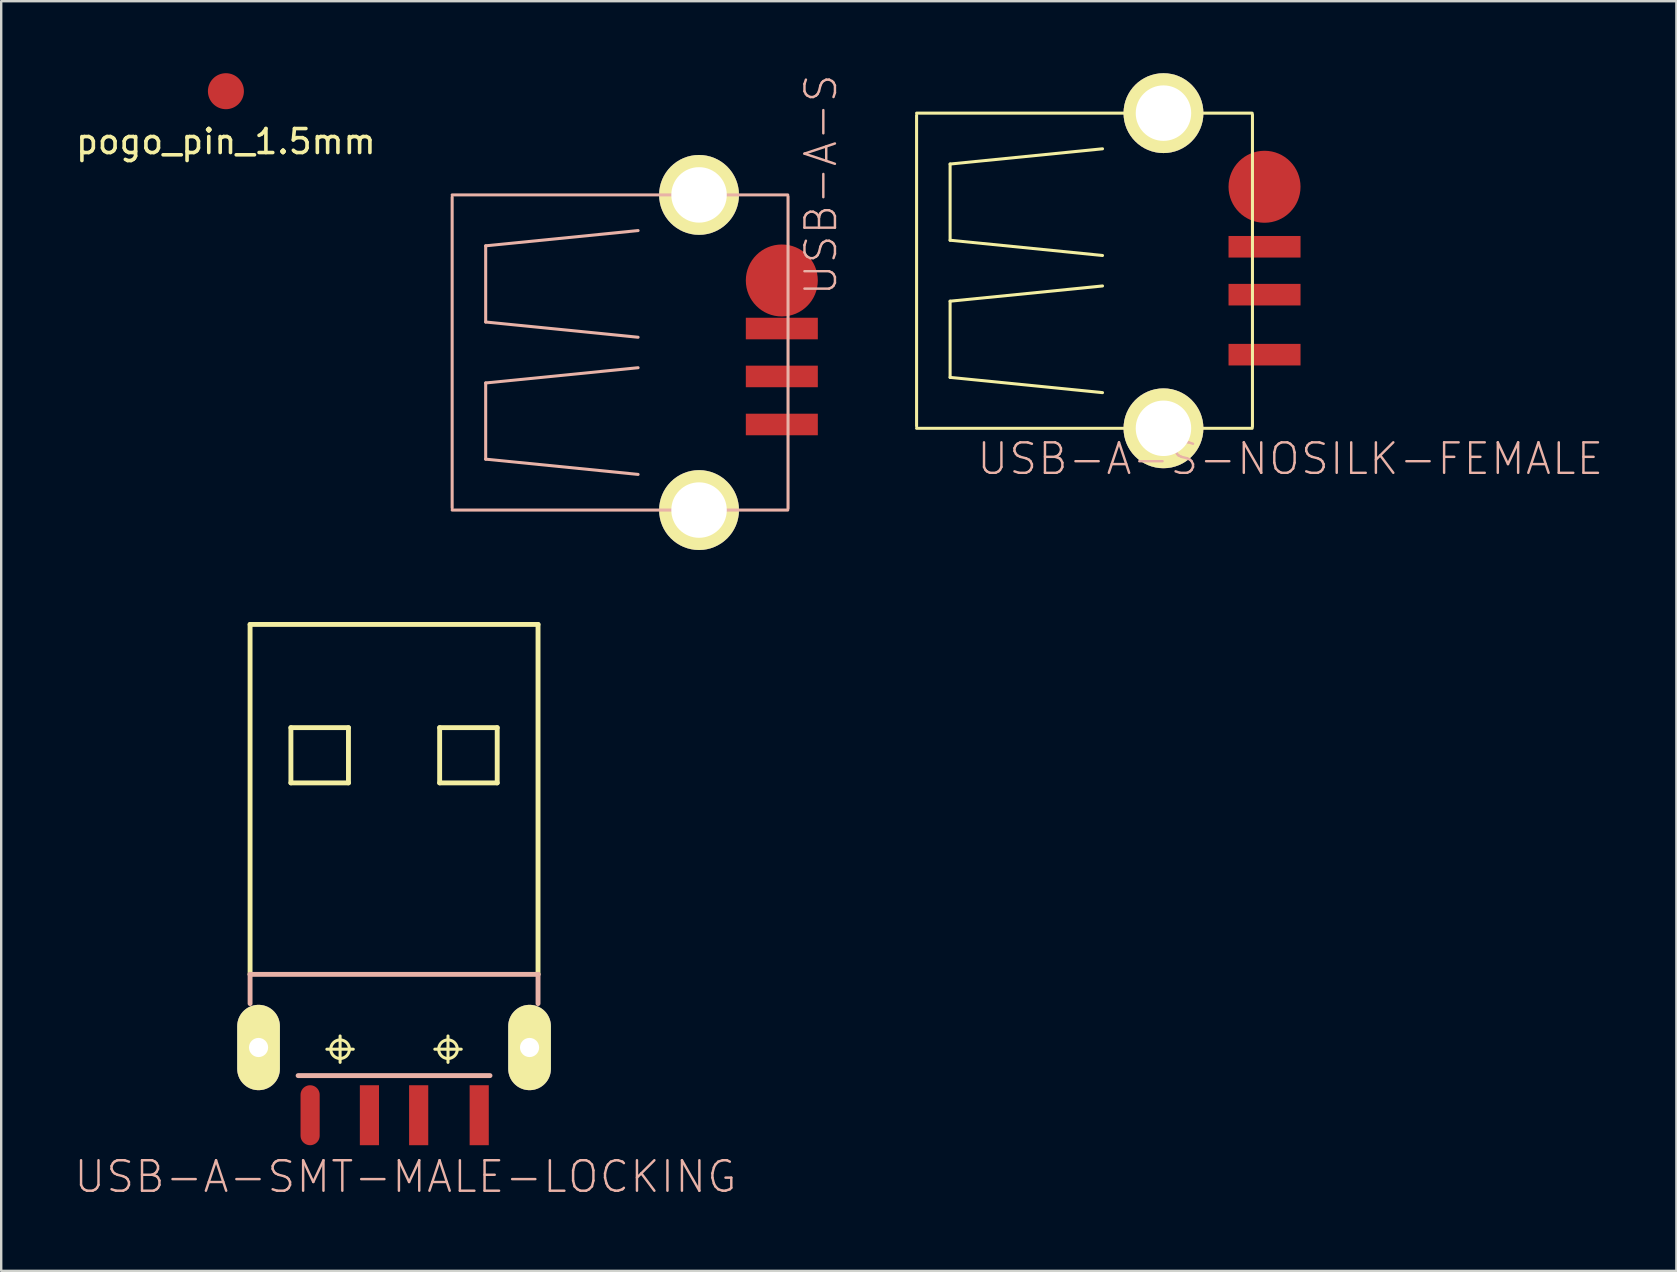
<source format=kicad_pcb>
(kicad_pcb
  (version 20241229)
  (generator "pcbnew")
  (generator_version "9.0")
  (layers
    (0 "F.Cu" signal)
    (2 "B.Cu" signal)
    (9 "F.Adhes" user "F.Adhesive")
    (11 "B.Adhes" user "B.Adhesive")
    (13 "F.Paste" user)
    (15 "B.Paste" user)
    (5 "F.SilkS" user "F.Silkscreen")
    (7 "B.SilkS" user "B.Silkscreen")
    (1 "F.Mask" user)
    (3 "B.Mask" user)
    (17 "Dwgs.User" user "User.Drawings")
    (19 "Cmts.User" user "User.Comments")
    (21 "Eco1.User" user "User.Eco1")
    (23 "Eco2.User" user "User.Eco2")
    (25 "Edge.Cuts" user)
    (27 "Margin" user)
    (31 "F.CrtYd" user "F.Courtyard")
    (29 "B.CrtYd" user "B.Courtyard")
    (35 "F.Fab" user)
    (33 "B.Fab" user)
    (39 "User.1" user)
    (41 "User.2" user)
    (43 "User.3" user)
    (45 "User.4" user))
  (footprint "USB-A-S-NOSILK-FEMALE"
    (layer "F.Cu")
    (at 45.428 8.23)
    (property "Reference" "USB-A-S-NOSILK-FEMALE" (at 5.283 7.838 180) (layer "B.SilkS") (effects (font (size 1.27 1.27) (thickness 0.102))))
    (attr smd)
    (fp_line (start -10.287 -6.477) (end -10.287 6.477) (stroke (width 0.127) (type solid)) (layer "F.SilkS"))
    (fp_line (start -8.89 -4.445) (end -8.89 -1.27) (stroke (width 0.127) (type solid)) (layer "F.SilkS"))
    (fp_line (start -8.89 -1.27) (end -2.54 -0.635) (stroke (width 0.127) (type solid)) (layer "F.SilkS"))
    (fp_line (start -8.89 1.27) (end -2.54 0.635) (stroke (width 0.127) (type solid)) (layer "F.SilkS"))
    (fp_line (start -8.89 4.445) (end -8.89 1.27) (stroke (width 0.127) (type solid)) (layer "F.SilkS"))
    (fp_line (start -2.54 -5.08) (end -8.89 -4.445) (stroke (width 0.127) (type solid)) (layer "F.SilkS"))
    (fp_line (start -2.54 5.08) (end -8.89 4.445) (stroke (width 0.127) (type solid)) (layer "F.SilkS"))
    (fp_line (start 3.696 -6.566) (end -10.287 -6.566) (stroke (width 0.127) (type solid)) (layer "F.SilkS"))
    (fp_line (start 3.696 6.566) (end -10.287 6.566) (stroke (width 0.127) (type solid)) (layer "F.SilkS"))
    (fp_line (start 3.708 -6.502) (end 3.708 6.502) (stroke (width 0.127) (type solid)) (layer "F.SilkS"))
    (pad "1" smd circle (at 4.211 -3.498) (size 3 3) (layers "F.Cu" "F.Mask" "F.Paste"))
    (pad "2" smd rect (at 4.211 -0.998) (size 3 0.899) (layers "F.Cu" "F.Mask" "F.Paste"))
    (pad "3" smd rect (at 4.211 0.998) (size 3 0.899) (layers "F.Cu" "F.Mask" "F.Paste"))
    (pad "4" smd rect (at 4.211 3.498) (size 3 0.899) (layers "F.Cu" "F.Mask" "F.Paste"))
    (pad "S1" thru_hole circle (at 0 6.566) (size 3.327 3.327) (drill 2.311) (layers "*.Cu" "F.Mask" "F.SilkS" "F.Paste"))
    (pad "S2" thru_hole circle (at 0 -6.566) (size 3.327 3.327) (drill 2.311) (layers "*.Cu" "F.Mask" "F.SilkS" "F.Paste")))
  (footprint "USB-A-SMT-MALE-LOCKING"
    (layer "F.Cu")
    (at 13.369 37.548)
    (property "Reference" "USB-A-SMT-MALE-LOCKING" (at 0.475 8.433 0) (layer "B.SilkS") (effects (font (size 1.27 1.27) (thickness 0.102))))
    (attr smd)
    (fp_line (start -6.185 4.064) (end -6.185 2.032) (stroke (width 0.1) (type solid)) (layer "F.SilkS"))
    (fp_line (start -6.045 2.248) (end -5.245 2.248) (stroke (width 0.127) (type solid)) (layer "F.SilkS"))
    (fp_line (start -6.045 2.649) (end -5.245 2.649) (stroke (width 0.127) (type solid)) (layer "F.SilkS"))
    (fp_line (start -6.045 3.449) (end -5.245 3.449) (stroke (width 0.127) (type solid)) (layer "F.SilkS"))
    (fp_line (start -6.045 3.848) (end -5.245 3.848) (stroke (width 0.127) (type solid)) (layer "F.SilkS"))
    (fp_line (start -5.999 0) (end -5.999 -14.58) (stroke (width 0.203) (type solid)) (layer "F.SilkS"))
    (fp_line (start -5.994 2.032) (end -5.664 2.032) (stroke (width 0.066) (type solid)) (layer "F.SilkS"))
    (fp_line (start -5.994 4.064) (end -5.994 2.032) (stroke (width 0.066) (type solid)) (layer "F.SilkS"))
    (fp_line (start -5.994 4.064) (end -5.994 2.083) (stroke (width 0.1) (type solid)) (layer "F.SilkS"))
    (fp_line (start -5.994 4.064) (end -5.664 4.064) (stroke (width 0.066) (type solid)) (layer "F.SilkS"))
    (fp_line (start -5.664 4.064) (end -5.664 2.032) (stroke (width 0.066) (type solid)) (layer "F.SilkS"))
    (fp_line (start -5.664 4.064) (end -5.664 2.083) (stroke (width 0.1) (type solid)) (layer "F.SilkS"))
    (fp_line (start -5.646 2.649) (end -5.646 1.849) (stroke (width 0.127) (type solid)) (layer "F.SilkS"))
    (fp_line (start -5.646 3.048) (end -5.646 2.248) (stroke (width 0.127) (type solid)) (layer "F.SilkS"))
    (fp_line (start -5.646 3.848) (end -5.646 3.048) (stroke (width 0.127) (type solid)) (layer "F.SilkS"))
    (fp_line (start -5.646 4.249) (end -5.646 3.449) (stroke (width 0.127) (type solid)) (layer "F.SilkS"))
    (fp_line (start -4.298 -10.279) (end -4.298 -7.978) (stroke (width 0.203) (type solid)) (layer "F.SilkS"))
    (fp_line (start -4.298 -7.978) (end -1.9 -7.978) (stroke (width 0.203) (type solid)) (layer "F.SilkS"))
    (fp_line (start -2.799 3.119) (end -1.699 3.119) (stroke (width 0.127) (type solid)) (layer "F.SilkS"))
    (fp_line (start -2.248 3.668) (end -2.248 2.568) (stroke (width 0.127) (type solid)) (layer "F.SilkS"))
    (fp_line (start -1.9 -10.279) (end -4.298 -10.279) (stroke (width 0.203) (type solid)) (layer "F.SilkS"))
    (fp_line (start -1.9 -7.978) (end -1.9 -10.279) (stroke (width 0.203) (type solid)) (layer "F.SilkS"))
    (fp_line (start 1.699 3.119) (end 2.799 3.119) (stroke (width 0.127) (type solid)) (layer "F.SilkS"))
    (fp_line (start 1.9 -10.279) (end 1.9 -7.978) (stroke (width 0.203) (type solid)) (layer "F.SilkS"))
    (fp_line (start 1.9 -7.978) (end 4.298 -7.978) (stroke (width 0.203) (type solid)) (layer "F.SilkS"))
    (fp_line (start 2.248 3.668) (end 2.248 2.568) (stroke (width 0.127) (type solid)) (layer "F.SilkS"))
    (fp_line (start 4.298 -10.279) (end 1.9 -10.279) (stroke (width 0.203) (type solid)) (layer "F.SilkS"))
    (fp_line (start 4.298 -7.978) (end 4.298 -10.279) (stroke (width 0.203) (type solid)) (layer "F.SilkS"))
    (fp_line (start 5.245 2.248) (end 6.045 2.248) (stroke (width 0.127) (type solid)) (layer "F.SilkS"))
    (fp_line (start 5.245 2.649) (end 6.045 2.649) (stroke (width 0.127) (type solid)) (layer "F.SilkS"))
    (fp_line (start 5.245 3.449) (end 6.045 3.449) (stroke (width 0.127) (type solid)) (layer "F.SilkS"))
    (fp_line (start 5.245 3.848) (end 6.045 3.848) (stroke (width 0.127) (type solid)) (layer "F.SilkS"))
    (fp_line (start 5.646 2.649) (end 5.646 1.849) (stroke (width 0.127) (type solid)) (layer "F.SilkS"))
    (fp_line (start 5.646 3.048) (end 5.646 2.248) (stroke (width 0.127) (type solid)) (layer "F.SilkS"))
    (fp_line (start 5.646 3.848) (end 5.646 3.048) (stroke (width 0.127) (type solid)) (layer "F.SilkS"))
    (fp_line (start 5.646 4.249) (end 5.646 3.449) (stroke (width 0.127) (type solid)) (layer "F.SilkS"))
    (fp_line (start 5.664 2.032) (end 5.994 2.032) (stroke (width 0.066) (type solid)) (layer "F.SilkS"))
    (fp_line (start 5.664 4.064) (end 5.664 2.032) (stroke (width 0.066) (type solid)) (layer "F.SilkS"))
    (fp_line (start 5.664 4.064) (end 5.994 4.064) (stroke (width 0.066) (type solid)) (layer "F.SilkS"))
    (fp_line (start 5.994 4.064) (end 5.994 2.032) (stroke (width 0.066) (type solid)) (layer "F.SilkS"))
    (fp_line (start 5.999 -14.58) (end -5.999 -14.58) (stroke (width 0.203) (type solid)) (layer "F.SilkS"))
    (fp_line (start 5.999 0) (end 5.999 -14.58) (stroke (width 0.203) (type solid)) (layer "F.SilkS"))
    (fp_line (start 6.185 2.032) (end 6.185 4.064) (stroke (width 0.1) (type solid)) (layer "F.SilkS"))
    (fp_circle (center -5.646 2.248) (end -5.845 2.446) (stroke (width 0.127) (type solid)) (fill no) (layer "F.SilkS"))
    (fp_circle (center -5.646 2.649) (end -5.845 2.847) (stroke (width 0.127) (type solid)) (fill no) (layer "F.SilkS"))
    (fp_circle (center -5.646 3.449) (end -5.845 3.647) (stroke (width 0.127) (type solid)) (fill no) (layer "F.SilkS"))
    (fp_circle (center -5.646 3.848) (end -5.845 4.046) (stroke (width 0.127) (type solid)) (fill no) (layer "F.SilkS"))
    (fp_circle (center -2.248 3.119) (end -2.522 3.393) (stroke (width 0.127) (type solid)) (fill no) (layer "F.SilkS"))
    (fp_circle (center 2.248 3.119) (end 2.522 3.393) (stroke (width 0.127) (type solid)) (fill no) (layer "F.SilkS"))
    (fp_circle (center 5.646 2.248) (end 5.845 2.446) (stroke (width 0.127) (type solid)) (fill no) (layer "F.SilkS"))
    (fp_circle (center 5.646 2.649) (end 5.845 2.847) (stroke (width 0.127) (type solid)) (fill no) (layer "F.SilkS"))
    (fp_circle (center 5.646 3.449) (end 5.845 3.647) (stroke (width 0.127) (type solid)) (fill no) (layer "F.SilkS"))
    (fp_circle (center 5.646 3.848) (end 5.845 4.046) (stroke (width 0.127) (type solid)) (fill no) (layer "F.SilkS"))
    (fp_line (start -5.999 0) (end -5.999 1.219) (stroke (width 0.203) (type solid)) (layer "B.SilkS"))
    (fp_line (start -3.998 4.219) (end 3.998 4.219) (stroke (width 0.203) (type solid)) (layer "B.SilkS"))
    (fp_line (start 5.999 0) (end -5.999 0) (stroke (width 0.203) (type solid)) (layer "B.SilkS"))
    (fp_line (start 5.999 0) (end 5.999 1.219) (stroke (width 0.203) (type solid)) (layer "B.SilkS"))
    (pad "D+1" smd rect (at 1.026 5.87 270) (size 2.499 0.798) (layers "F.Cu" "F.Mask" "F.Paste"))
    (pad "D-1" smd rect (at -1.026 5.87 270) (size 2.499 0.798) (layers "F.Cu" "F.Mask" "F.Paste"))
    (pad "GND1" smd rect (at 3.548 5.87 270) (size 2.499 0.798) (layers "F.Cu" "F.Mask" "F.Paste"))
    (pad "P$1" thru_hole oval (at 5.646 3.048 180) (size 1.778 3.556) (drill 0.798) (layers "*.Cu" "F.Mask" "F.SilkS" "F.Paste"))
    (pad "P$3" thru_hole oval (at -5.646 3.048 180) (size 1.778 3.556) (drill 0.798) (layers "*.Cu" "F.Mask" "F.SilkS" "F.Paste"))
    (pad "VBUS" smd oval (at -3.498 5.87 270) (size 2.499 0.798) (layers "F.Cu" "F.Mask" "F.Paste")))
  (footprint "USB-A-S"
    (layer "F.Cu")
    (at 26.077 11.637)
    (property "Reference" "USB-A-S" (at 5.08 -6.985 90) (layer "B.SilkS") (effects (font (size 1.27 1.27) (thickness 0.102))))
    (attr smd)
    (fp_line (start -10.287 -6.477) (end -10.287 6.477) (stroke (width 0.127) (type solid)) (layer "B.SilkS"))
    (fp_line (start -8.89 -4.445) (end -8.89 -1.27) (stroke (width 0.127) (type solid)) (layer "B.SilkS"))
    (fp_line (start -8.89 -1.27) (end -2.54 -0.635) (stroke (width 0.127) (type solid)) (layer "B.SilkS"))
    (fp_line (start -8.89 1.27) (end -2.54 0.635) (stroke (width 0.127) (type solid)) (layer "B.SilkS"))
    (fp_line (start -8.89 4.445) (end -8.89 1.27) (stroke (width 0.127) (type solid)) (layer "B.SilkS"))
    (fp_line (start -2.54 -5.08) (end -8.89 -4.445) (stroke (width 0.127) (type solid)) (layer "B.SilkS"))
    (fp_line (start -2.54 5.08) (end -8.89 4.445) (stroke (width 0.127) (type solid)) (layer "B.SilkS"))
    (fp_line (start 3.696 -6.566) (end -10.287 -6.566) (stroke (width 0.127) (type solid)) (layer "B.SilkS"))
    (fp_line (start 3.696 6.566) (end -10.287 6.566) (stroke (width 0.127) (type solid)) (layer "B.SilkS"))
    (fp_line (start 3.708 -6.502) (end 3.708 6.502) (stroke (width 0.127) (type solid)) (layer "B.SilkS"))
    (pad "D+" smd rect (at 3.449 0.998) (size 3 0.899) (layers "F.Cu" "F.Mask" "F.Paste"))
    (pad "D-" smd rect (at 3.449 -0.998) (size 3 0.899) (layers "F.Cu" "F.Mask" "F.Paste"))
    (pad "GND" smd rect (at 3.449 3) (size 3 0.899) (layers "F.Cu" "F.Mask" "F.Paste"))
    (pad "P$5" thru_hole circle (at 0 6.566) (size 3.327 3.327) (drill 2.311) (layers "*.Cu" "F.Mask" "F.SilkS" "F.Paste"))
    (pad "P$6" thru_hole circle (at 0 -6.566) (size 3.327 3.327) (drill 2.311) (layers "*.Cu" "F.Mask" "F.SilkS" "F.Paste"))
    (pad "VBUS" smd circle (at 3.449 -3) (size 3 3) (layers "F.Cu" "F.Mask" "F.Paste")))
  (footprint "pogo_pin_1.5mm"
    (layer "F.Cu")
    (at 6.363 0.75)
    (property "Reference" "pogo_pin_1.5mm" (at 0 2.1 0) (layer "F.SilkS") (effects (font (size 1 1) (thickness 0.15))))
    (attr through_hole)
    (pad "1" smd circle (at 0 0) (size 1.5 1.5) (layers "F.Cu" "F.Mask" "F.Paste")))
  (gr_rect
    (start -3 -3)
    (end 66.8 49.902)
    (stroke (width 0.1) (type default))
    (fill no)
    (layer "Edge.Cuts")))
</source>
